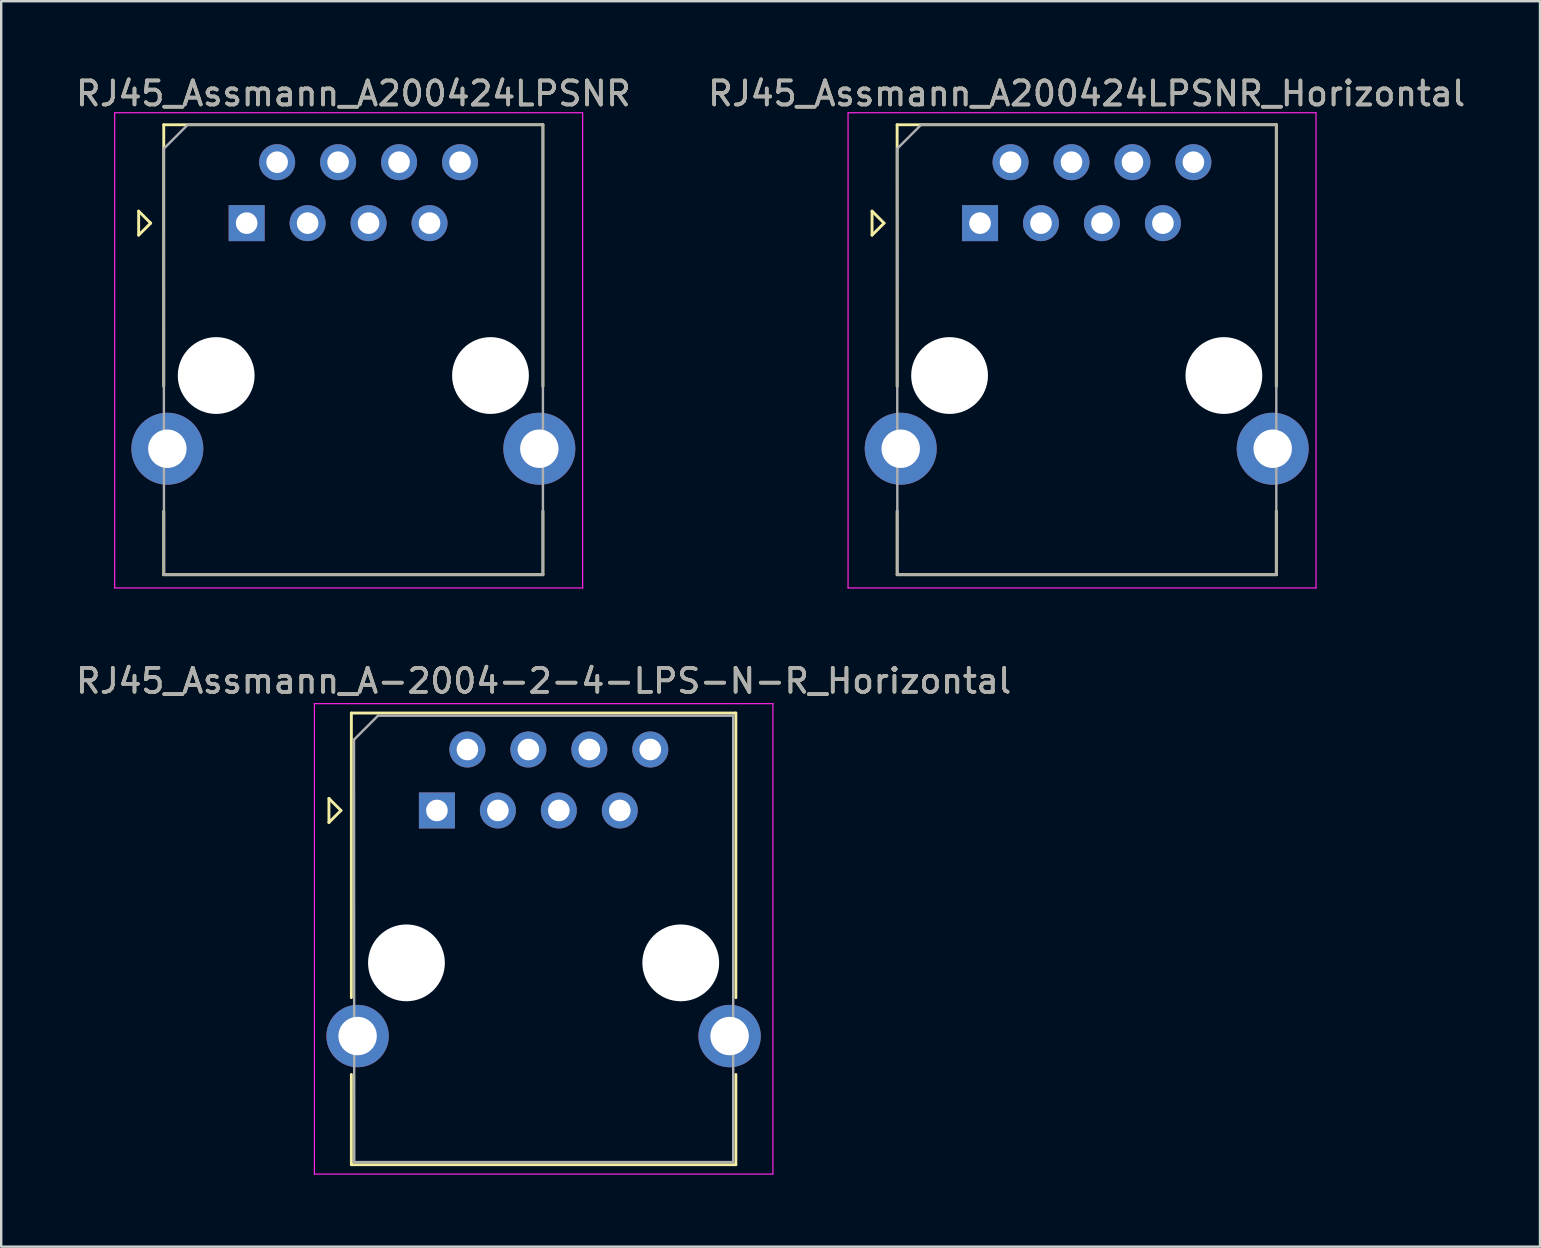
<source format=kicad_pcb>
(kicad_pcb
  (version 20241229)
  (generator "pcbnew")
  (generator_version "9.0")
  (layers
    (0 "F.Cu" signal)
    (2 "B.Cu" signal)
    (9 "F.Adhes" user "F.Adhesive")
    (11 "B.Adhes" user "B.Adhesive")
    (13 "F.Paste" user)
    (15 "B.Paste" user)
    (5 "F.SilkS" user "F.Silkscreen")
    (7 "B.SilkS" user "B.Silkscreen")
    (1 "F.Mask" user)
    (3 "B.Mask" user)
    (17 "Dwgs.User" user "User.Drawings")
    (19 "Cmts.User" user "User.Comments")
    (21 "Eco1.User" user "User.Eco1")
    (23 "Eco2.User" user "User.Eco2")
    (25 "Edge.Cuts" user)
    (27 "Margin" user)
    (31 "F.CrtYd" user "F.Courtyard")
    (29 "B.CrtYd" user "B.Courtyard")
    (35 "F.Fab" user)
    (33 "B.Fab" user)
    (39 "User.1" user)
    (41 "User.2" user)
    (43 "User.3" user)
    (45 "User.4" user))
  (footprint "RJ45_Assmann_A200424LPSNR_Horizontal"
    (layer "F.Cu")
    (at 37.787 6.248)
    (property "Reference" "RJ45_Assmann_A200424LPSNR_Horizontal" (at 4.445 -5.4 0) (layer "F.SilkS") (effects (font (size 1 1) (thickness 0.15))))
    (attr through_hole)
    (fp_line (start -4.5 0.5) (end -4.5 -0.5) (stroke (width 0.12) (type solid)) (layer "F.SilkS"))
    (fp_line (start -4 0) (end -4.5 -0.5) (stroke (width 0.12) (type solid)) (layer "F.SilkS"))
    (fp_line (start -4 0) (end -4.5 0.5) (stroke (width 0.12) (type solid)) (layer "F.SilkS"))
    (fp_line (start -3.455 -4.1) (end -3.455 6.8) (stroke (width 0.12) (type solid)) (layer "F.SilkS"))
    (fp_line (start -3.455 -4.1) (end 12.345 -4.1) (stroke (width 0.12) (type solid)) (layer "F.SilkS"))
    (fp_line (start -3.455 14.65) (end -3.455 12) (stroke (width 0.12) (type solid)) (layer "F.SilkS"))
    (fp_line (start -3.455 14.65) (end 12.345 14.65) (stroke (width 0.12) (type solid)) (layer "F.SilkS"))
    (fp_line (start 12.345 -4.1) (end 12.345 6.8) (stroke (width 0.12) (type solid)) (layer "F.SilkS"))
    (fp_line (start 12.345 14.65) (end 12.345 12) (stroke (width 0.12) (type solid)) (layer "F.SilkS"))
    (fp_line (start -5.5 -4.6) (end -5.5 15.2) (stroke (width 0.05) (type solid)) (layer "F.CrtYd"))
    (fp_line (start -5.5 -4.6) (end 14 -4.6) (stroke (width 0.05) (type solid)) (layer "F.CrtYd"))
    (fp_line (start -5.5 15.2) (end 14 15.2) (stroke (width 0.05) (type solid)) (layer "F.CrtYd"))
    (fp_line (start 14 -4.6) (end 14 15.2) (stroke (width 0.05) (type solid)) (layer "F.CrtYd"))
    (fp_line (start -3.455 -3.1) (end -3.445 14.65) (stroke (width 0.1) (type solid)) (layer "F.Fab"))
    (fp_line (start -3.455 -3.1) (end -2.455 -4.1) (stroke (width 0.1) (type solid)) (layer "F.Fab"))
    (fp_line (start -3.455 14.65) (end 12.345 14.65) (stroke (width 0.1) (type solid)) (layer "F.Fab"))
    (fp_line (start -2.455 -4.1) (end 12.345 -4.1) (stroke (width 0.1) (type solid)) (layer "F.Fab"))
    (fp_line (start 12.345 -4.1) (end 12.345 14.65) (stroke (width 0.1) (type solid)) (layer "F.Fab"))
    (fp_text user "${REFERENCE}" (at 4.445 -5.4 0) (layer "F.Fab") (effects (font (size 1 1) (thickness 0.15))))
    (pad "" np_thru_hole circle (at -1.27 6.35) (size 3.2 3.2) (drill 3.2) (layers "*.Cu" "*.Mask"))
    (pad "" np_thru_hole circle (at 10.16 6.35) (size 3.2 3.2) (drill 3.2) (layers "*.Cu" "*.Mask"))
    (pad "1" thru_hole rect (at 0 0) (size 1.5 1.5) (drill 0.9) (layers "*.Cu" "*.Mask"))
    (pad "2" thru_hole circle (at 1.27 -2.54) (size 1.5 1.5) (drill 0.9) (layers "*.Cu" "*.Mask"))
    (pad "3" thru_hole circle (at 2.54 0) (size 1.5 1.5) (drill 0.9) (layers "*.Cu" "*.Mask"))
    (pad "4" thru_hole circle (at 3.81 -2.54) (size 1.5 1.5) (drill 0.9) (layers "*.Cu" "*.Mask"))
    (pad "5" thru_hole circle (at 5.08 0) (size 1.5 1.5) (drill 0.9) (layers "*.Cu" "*.Mask"))
    (pad "6" thru_hole circle (at 6.35 -2.54) (size 1.5 1.5) (drill 0.9) (layers "*.Cu" "*.Mask"))
    (pad "7" thru_hole circle (at 7.62 0) (size 1.5 1.5) (drill 0.9) (layers "*.Cu" "*.Mask"))
    (pad "8" thru_hole circle (at 8.89 -2.54) (size 1.5 1.5) (drill 0.9) (layers "*.Cu" "*.Mask"))
    (pad "9" thru_hole circle (at -3.305 9.4) (size 3 3) (drill 1.6) (layers "*.Cu" "*.Mask"))
    (pad "9" thru_hole circle (at 12.195 9.4) (size 3 3) (drill 1.6) (layers "*.Cu" "*.Mask")))
  (footprint "RJ45_Assmann_A-2004-2-4-LPS-N-R_Horizontal"
    (layer "F.Cu")
    (at 15.156 30.721)
    (property "Reference" "RJ45_Assmann_A-2004-2-4-LPS-N-R_Horizontal" (at 4.445 -5.4 0) (layer "F.SilkS") (effects (font (size 1 1) (thickness 0.15))))
    (attr through_hole)
    (fp_line (start -4.5 0.5) (end -4.5 -0.5) (stroke (width 0.12) (type solid)) (layer "F.SilkS"))
    (fp_line (start -4 0) (end -4.5 -0.5) (stroke (width 0.12) (type solid)) (layer "F.SilkS"))
    (fp_line (start -4 0) (end -4.5 0.5) (stroke (width 0.12) (type solid)) (layer "F.SilkS"))
    (fp_line (start -3.565 -4.06) (end -3.565 7.8) (stroke (width 0.12) (type solid)) (layer "F.SilkS"))
    (fp_line (start -3.565 -4.06) (end 12.455 -4.06) (stroke (width 0.12) (type solid)) (layer "F.SilkS"))
    (fp_line (start -3.565 14.76) (end -3.565 11) (stroke (width 0.12) (type solid)) (layer "F.SilkS"))
    (fp_line (start -3.565 14.76) (end 12.455 14.76) (stroke (width 0.12) (type solid)) (layer "F.SilkS"))
    (fp_line (start 12.455 -4.06) (end 12.455 7.8) (stroke (width 0.12) (type solid)) (layer "F.SilkS"))
    (fp_line (start 12.455 14.76) (end 12.455 11) (stroke (width 0.12) (type solid)) (layer "F.SilkS"))
    (fp_line (start -5.105 -4.45) (end -5.105 15.15) (stroke (width 0.05) (type solid)) (layer "F.CrtYd"))
    (fp_line (start -5.105 -4.45) (end 14 -4.45) (stroke (width 0.05) (type solid)) (layer "F.CrtYd"))
    (fp_line (start -5.105 15.15) (end 14 15.15) (stroke (width 0.05) (type solid)) (layer "F.CrtYd"))
    (fp_line (start 14 -4.45) (end 14 15.15) (stroke (width 0.05) (type solid)) (layer "F.CrtYd"))
    (fp_line (start -3.455 -2.95) (end -3.445 14.65) (stroke (width 0.1) (type solid)) (layer "F.Fab"))
    (fp_line (start -3.455 -2.95) (end -2.455 -3.95) (stroke (width 0.1) (type solid)) (layer "F.Fab"))
    (fp_line (start -3.455 14.65) (end 12.345 14.65) (stroke (width 0.1) (type solid)) (layer "F.Fab"))
    (fp_line (start -2.455 -3.95) (end 12.345 -3.95) (stroke (width 0.1) (type solid)) (layer "F.Fab"))
    (fp_line (start 12.345 -3.95) (end 12.345 14.65) (stroke (width 0.1) (type solid)) (layer "F.Fab"))
    (fp_text user "${REFERENCE}" (at 4.445 -5.4 0) (layer "F.Fab") (effects (font (size 1 1) (thickness 0.15))))
    (pad "" np_thru_hole circle (at -1.27 6.35) (size 3.2 3.2) (drill 3.2) (layers "*.Cu" "*.Mask"))
    (pad "" np_thru_hole circle (at 10.16 6.35) (size 3.2 3.2) (drill 3.2) (layers "*.Cu" "*.Mask"))
    (pad "1" thru_hole rect (at 0 0) (size 1.5 1.5) (drill 0.9) (layers "*.Cu" "*.Mask"))
    (pad "2" thru_hole circle (at 1.27 -2.54) (size 1.5 1.5) (drill 0.9) (layers "*.Cu" "*.Mask"))
    (pad "3" thru_hole circle (at 2.54 0) (size 1.5 1.5) (drill 0.9) (layers "*.Cu" "*.Mask"))
    (pad "4" thru_hole circle (at 3.81 -2.54) (size 1.5 1.5) (drill 0.9) (layers "*.Cu" "*.Mask"))
    (pad "5" thru_hole circle (at 5.08 0) (size 1.5 1.5) (drill 0.9) (layers "*.Cu" "*.Mask"))
    (pad "6" thru_hole circle (at 6.35 -2.54) (size 1.5 1.5) (drill 0.9) (layers "*.Cu" "*.Mask"))
    (pad "7" thru_hole circle (at 7.62 0) (size 1.5 1.5) (drill 0.9) (layers "*.Cu" "*.Mask"))
    (pad "8" thru_hole circle (at 8.89 -2.54) (size 1.5 1.5) (drill 0.9) (layers "*.Cu" "*.Mask"))
    (pad "SH" thru_hole circle (at -3.305 9.4) (size 2.6 2.6) (drill 1.6) (layers "*.Cu" "*.Mask"))
    (pad "SH" thru_hole circle (at 12.195 9.4) (size 2.6 2.6) (drill 1.6) (layers "*.Cu" "*.Mask")))
  (footprint "RJ45_Assmann_A200424LPSNR"
    (layer "F.Cu")
    (at 7.228 6.248)
    (property "Reference" "RJ45_Assmann_A200424LPSNR" (at 4.445 -5.4 0) (layer "F.SilkS") (effects (font (size 1 1) (thickness 0.15))))
    (attr through_hole)
    (fp_line (start -4.5 0.5) (end -4.5 -0.5) (stroke (width 0.12) (type solid)) (layer "F.SilkS"))
    (fp_line (start -4 0) (end -4.5 -0.5) (stroke (width 0.12) (type solid)) (layer "F.SilkS"))
    (fp_line (start -4 0) (end -4.5 0.5) (stroke (width 0.12) (type solid)) (layer "F.SilkS"))
    (fp_line (start -3.455 -4.1) (end -3.455 6.8) (stroke (width 0.12) (type solid)) (layer "F.SilkS"))
    (fp_line (start -3.455 -4.1) (end 12.345 -4.1) (stroke (width 0.12) (type solid)) (layer "F.SilkS"))
    (fp_line (start -3.455 14.65) (end -3.455 12) (stroke (width 0.12) (type solid)) (layer "F.SilkS"))
    (fp_line (start -3.455 14.65) (end 12.345 14.65) (stroke (width 0.12) (type solid)) (layer "F.SilkS"))
    (fp_line (start 12.345 -4.1) (end 12.345 6.8) (stroke (width 0.12) (type solid)) (layer "F.SilkS"))
    (fp_line (start 12.345 14.65) (end 12.345 12) (stroke (width 0.12) (type solid)) (layer "F.SilkS"))
    (fp_line (start -5.5 -4.6) (end -5.5 15.2) (stroke (width 0.05) (type solid)) (layer "F.CrtYd"))
    (fp_line (start -5.5 -4.6) (end 14 -4.6) (stroke (width 0.05) (type solid)) (layer "F.CrtYd"))
    (fp_line (start -5.5 15.2) (end 14 15.2) (stroke (width 0.05) (type solid)) (layer "F.CrtYd"))
    (fp_line (start 14 -4.6) (end 14 15.2) (stroke (width 0.05) (type solid)) (layer "F.CrtYd"))
    (fp_line (start -3.455 -3.1) (end -3.445 14.65) (stroke (width 0.1) (type solid)) (layer "F.Fab"))
    (fp_line (start -3.455 -3.1) (end -2.455 -4.1) (stroke (width 0.1) (type solid)) (layer "F.Fab"))
    (fp_line (start -3.455 14.65) (end 12.345 14.65) (stroke (width 0.1) (type solid)) (layer "F.Fab"))
    (fp_line (start -2.455 -4.1) (end 12.345 -4.1) (stroke (width 0.1) (type solid)) (layer "F.Fab"))
    (fp_line (start 12.345 -4.1) (end 12.345 14.65) (stroke (width 0.1) (type solid)) (layer "F.Fab"))
    (fp_text user "${REFERENCE}" (at 4.445 -5.4 0) (layer "F.Fab") (effects (font (size 1 1) (thickness 0.15))))
    (pad "" np_thru_hole circle (at -1.27 6.35) (size 3.2 3.2) (drill 3.2) (layers "*.Cu" "*.Mask"))
    (pad "" np_thru_hole circle (at 10.16 6.35) (size 3.2 3.2) (drill 3.2) (layers "*.Cu" "*.Mask"))
    (pad "1" thru_hole rect (at 0 0) (size 1.5 1.5) (drill 0.9) (layers "*.Cu" "*.Mask"))
    (pad "2" thru_hole circle (at 1.27 -2.54) (size 1.5 1.5) (drill 0.9) (layers "*.Cu" "*.Mask"))
    (pad "3" thru_hole circle (at 2.54 0) (size 1.5 1.5) (drill 0.9) (layers "*.Cu" "*.Mask"))
    (pad "4" thru_hole circle (at 3.81 -2.54) (size 1.5 1.5) (drill 0.9) (layers "*.Cu" "*.Mask"))
    (pad "5" thru_hole circle (at 5.08 0) (size 1.5 1.5) (drill 0.9) (layers "*.Cu" "*.Mask"))
    (pad "6" thru_hole circle (at 6.35 -2.54) (size 1.5 1.5) (drill 0.9) (layers "*.Cu" "*.Mask"))
    (pad "7" thru_hole circle (at 7.62 0) (size 1.5 1.5) (drill 0.9) (layers "*.Cu" "*.Mask"))
    (pad "8" thru_hole circle (at 8.89 -2.54) (size 1.5 1.5) (drill 0.9) (layers "*.Cu" "*.Mask"))
    (pad "9" thru_hole circle (at -3.305 9.4) (size 3 3) (drill 1.6) (layers "*.Cu" "*.Mask"))
    (pad "9" thru_hole circle (at 12.195 9.4) (size 3 3) (drill 1.6) (layers "*.Cu" "*.Mask")))
  (gr_rect
    (start -3 -3)
    (end 61.119 48.897)
    (stroke (width 0.1) (type default))
    (fill no)
    (layer "Edge.Cuts")))
</source>
